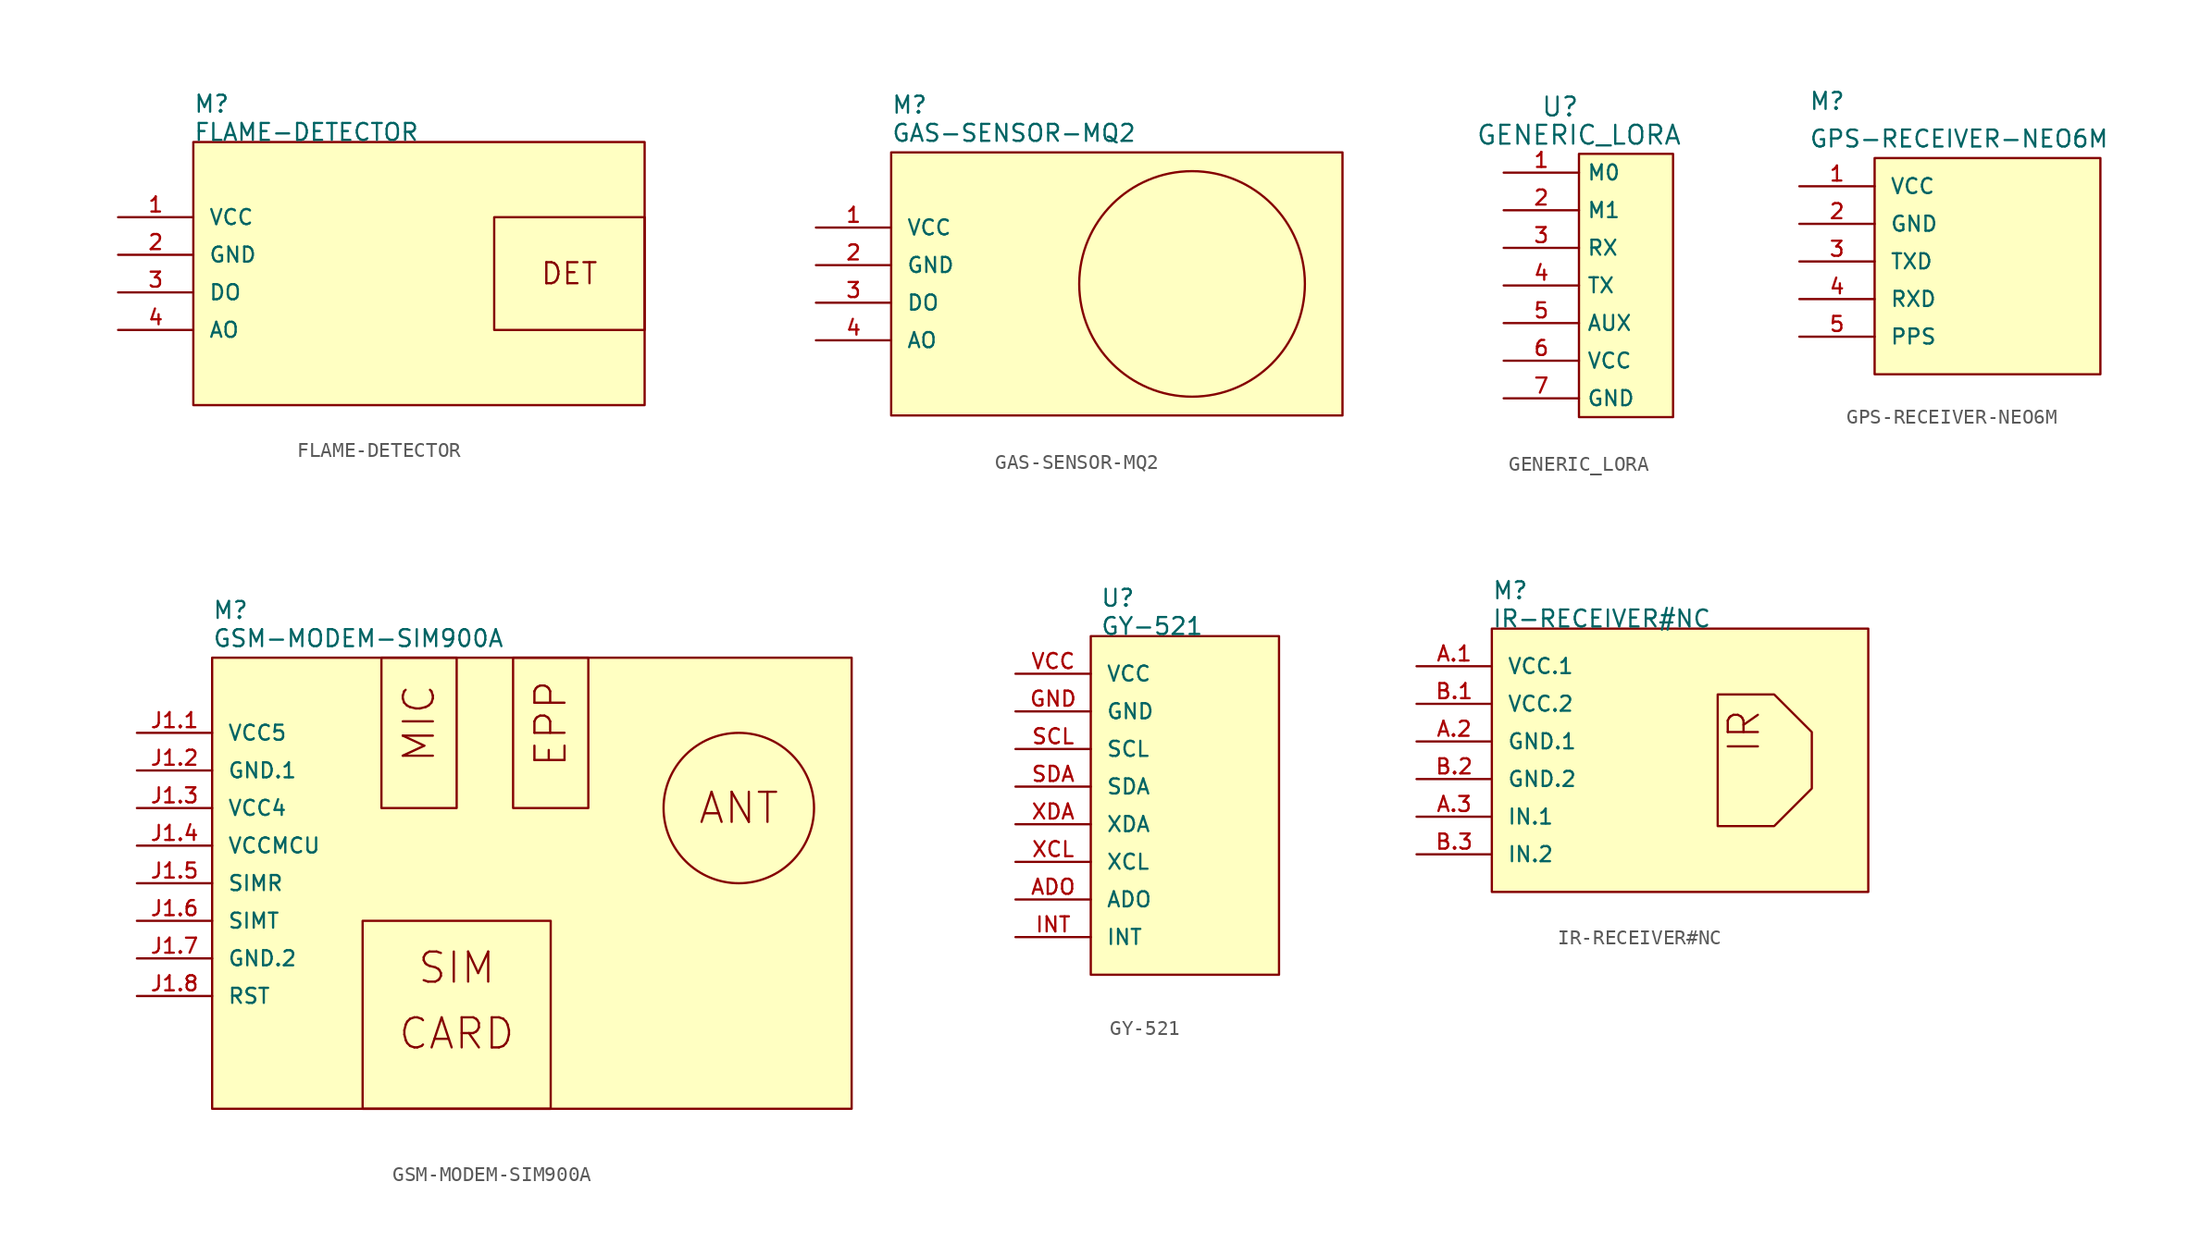
<source format=kicad_sym>
(kicad_symbol_lib
  (version 20211014)
  (generator kicad_symbol_editor)
  (symbol "FLAME-DETECTOR"
    (pin_names
      (offset 1.016))
    (property "Reference" "M"
      (at -15.24 12.065 0)
      (effects (font (size 1.143 1.143)) (justify left bottom)))
    (property "Value" "FLAME-DETECTOR"
      (at -15.24 10.16 0)
      (effects (font (size 1.143 1.143)) (justify left bottom)))
    (property "ki_locked" ""
      (at 0 0 0)
      (effects (font (size 1.27 1.27))))
    (symbol "FLAME-DETECTOR_1_0"
      (rectangle (start -15.24 -7.62) (end 15.24 10.16) (stroke (width 0) (type default) (color 0 0 0 0)) (fill (type background)))
      (rectangle (start 5.08 5.08) (end 15.24 -2.54) (stroke (width 0) (type default) (color 0 0 0 0)) (fill (type none)))
      (text "DET" (at 10.16 1.27 0) (effects (font (size 1.422 1.422)))))
    (symbol "FLAME-DETECTOR_1_1"
      (pin power_in line (at -20.32 5.08 0) (length 5.08) (name "VCC" (effects (font (size 1.016 1.016)))) (number "1" (effects (font (size 1.016 1.016)))))
      (pin power_in line (at -20.32 2.54 0) (length 5.08) (name "GND" (effects (font (size 1.016 1.016)))) (number "2" (effects (font (size 1.016 1.016)))))
      (pin bidirectional line (at -20.32 0 0) (length 5.08) (name "DO" (effects (font (size 1.016 1.016)))) (number "3" (effects (font (size 1.016 1.016)))))
      (pin bidirectional line (at -20.32 -2.54 0) (length 5.08) (name "AO" (effects (font (size 1.016 1.016)))) (number "4" (effects (font (size 1.016 1.016)))))))
  (symbol "GAS-SENSOR-MQ2"
    (pin_names
      (offset 1.016))
    (property "Reference" "M"
      (at -15.24 10.16 0)
      (effects (font (size 1.143 1.143)) (justify left bottom)))
    (property "Value" "GAS-SENSOR-MQ2"
      (at -15.24 8.255 0)
      (effects (font (size 1.143 1.143)) (justify left bottom)))
    (property "ki_locked" ""
      (at 0 0 0)
      (effects (font (size 1.27 1.27))))
    (symbol "GAS-SENSOR-MQ2_1_1"
      (rectangle (start -15.24 7.62) (end 15.24 -10.16) (stroke (width 0) (type default) (color 0 0 0 0)) (fill (type background)))
      (circle (center 5.08 -1.27) (radius 7.62) (stroke (width 0) (type default) (color 0 0 0 0)) (fill (type background)))
      (pin power_in line (at -20.32 2.54 0) (length 5.08) (name "VCC" (effects (font (size 1.016 1.016)))) (number "1" (effects (font (size 1.016 1.016)))))
      (pin power_in line (at -20.32 0 0) (length 5.08) (name "GND" (effects (font (size 1.016 1.016)))) (number "2" (effects (font (size 1.016 1.016)))))
      (pin output line (at -20.32 -2.54 0) (length 5.08) (name "DO" (effects (font (size 1.016 1.016)))) (number "3" (effects (font (size 1.016 1.016)))))
      (pin output line (at -20.32 -5.08 0) (length 5.08) (name "AO" (effects (font (size 1.016 1.016)))) (number "4" (effects (font (size 1.016 1.016)))))))
  (symbol "GENERIC_LORA"
    (property "Reference" "U"
      (at -1.27 12.065 0)
      (effects (font (size 1.27 1.27))))
    (property "Value" "GENERIC_LORA"
      (at 0 10.16 0)
      (effects (font (size 1.27 1.27))))
    (symbol "GENERIC_LORA_0_1"
      (rectangle (start 0 8.89) (end 6.35 -8.89) (stroke (width 0) (type default) (color 0 0 0 0)) (fill (type background))))
    (symbol "GENERIC_LORA_1_1"
      (pin input line (at -5.08 7.62 0) (length 5.08) (name "M0" (effects (font (size 1.016 1.016)))) (number "1" (effects (font (size 1.016 1.016)))))
      (pin input line (at -5.08 5.08 0) (length 5.08) (name "M1" (effects (font (size 1.016 1.016)))) (number "2" (effects (font (size 1.016 1.016)))))
      (pin input line (at -5.08 2.54 0) (length 5.08) (name "RX" (effects (font (size 1.016 1.016)))) (number "3" (effects (font (size 1.016 1.016)))))
      (pin output line (at -5.08 0 0) (length 5.08) (name "TX" (effects (font (size 1.016 1.016)))) (number "4" (effects (font (size 1.016 1.016)))))
      (pin output line (at -5.08 -2.54 0) (length 5.08) (name "AUX" (effects (font (size 1.016 1.016)))) (number "5" (effects (font (size 1.016 1.016)))))
      (pin input line (at -5.08 -5.08 0) (length 5.08) (name "VCC" (effects (font (size 1.016 1.016)))) (number "6" (effects (font (size 1.016 1.016)))))
      (pin input line (at -5.08 -7.62 0) (length 5.08) (name "GND" (effects (font (size 1.016 1.016)))) (number "7" (effects (font (size 1.016 1.016)))))))
  (symbol "GPS-RECEIVER-NEO6M"
    (pin_names
      (offset 1.016))
    (property "Reference" "M"
      (at -8.89 10.16 0)
      (effects (font (size 1.143 1.143)) (justify left bottom)))
    (property "Value" "GPS-RECEIVER-NEO6M"
      (at -8.89 7.62 0)
      (effects (font (size 1.143 1.143)) (justify left bottom)))
    (property "ki_locked" ""
      (at 0 0 0)
      (effects (font (size 1.27 1.27))))
    (symbol "GPS-RECEIVER-NEO6M_1_1"
      (rectangle (start -4.445 6.985) (end 10.795 -7.62) (stroke (width 0) (type default) (color 0 0 0 0)) (fill (type background)))
      (pin bidirectional line (at -9.525 5.08 0) (length 5.08) (name "VCC" (effects (font (size 1.016 1.016)))) (number "1" (effects (font (size 1.016 1.016)))))
      (pin bidirectional line (at -9.525 2.54 0) (length 5.08) (name "GND" (effects (font (size 1.016 1.016)))) (number "2" (effects (font (size 1.016 1.016)))))
      (pin bidirectional line (at -9.525 0 0) (length 5.08) (name "TXD" (effects (font (size 1.016 1.016)))) (number "3" (effects (font (size 1.016 1.016)))))
      (pin power_in line (at -9.525 -2.54 0) (length 5.08) (name "RXD" (effects (font (size 1.016 1.016)))) (number "4" (effects (font (size 1.016 1.016)))))
      (pin power_in line (at -9.525 -5.08 0) (length 5.08) (name "PPS" (effects (font (size 1.016 1.016)))) (number "5" (effects (font (size 1.016 1.016)))))))
  (symbol "GSM-MODEM-SIM900A"
    (pin_names
      (offset 1.016))
    (property "Reference" "M"
      (at -17.78 20.32 0)
      (effects (font (size 1.143 1.143)) (justify left bottom)))
    (property "Value" "GSM-MODEM-SIM900A"
      (at -17.78 18.415 0)
      (effects (font (size 1.143 1.143)) (justify left bottom)))
    (property "ki_locked" ""
      (at 0 0 0)
      (effects (font (size 1.27 1.27))))
    (symbol "GSM-MODEM-SIM900A_1_0"
      (rectangle (start -7.62 0) (end 5.08 -12.7) (stroke (width 0) (type default) (color 0 0 0 0)) (fill (type none)))
      (rectangle (start -1.27 7.62) (end -6.35 17.78) (stroke (width 0) (type default) (color 0 0 0 0)) (fill (type none)))
      (rectangle (start 2.54 7.62) (end 7.62 17.78) (stroke (width 0) (type default) (color 0 0 0 0)) (fill (type none)))
      (rectangle (start 25.4 -12.7) (end -17.78 17.78) (stroke (width 0) (type default) (color 0 0 0 0)) (fill (type background)))
      (text "ANT" (at 17.78 7.62 0) (effects (font (size 2.032 2.032))))
      (text "CARD" (at -1.27 -7.62 0) (effects (font (size 2.032 2.032))))
      (text "EPP" (at 5.08 13.335 900) (effects (font (size 2.032 2.032))))
      (text "MIC" (at -3.81 13.335 900) (effects (font (size 2.032 2.032))))
      (text "SIM" (at -1.27 -3.175 0) (effects (font (size 2.032 2.032)))))
    (symbol "GSM-MODEM-SIM900A_1_1"
      (circle (center 17.78 7.62) (radius 5.08) (stroke (width 0) (type default) (color 0 0 0 0)) (fill (type none)))
      (pin power_in line (at -22.86 12.7 0) (length 5.08) (name "VCC5" (effects (font (size 1.016 1.016)))) (number "J1.1" (effects (font (size 1.016 1.016)))))
      (pin power_in line (at -22.86 10.16 0) (length 5.08) (name "GND.1" (effects (font (size 1.016 1.016)))) (number "J1.2" (effects (font (size 1.016 1.016)))))
      (pin power_in line (at -22.86 7.62 0) (length 5.08) (name "VCC4" (effects (font (size 1.016 1.016)))) (number "J1.3" (effects (font (size 1.016 1.016)))))
      (pin power_in line (at -22.86 5.08 0) (length 5.08) (name "VCCMCU" (effects (font (size 1.016 1.016)))) (number "J1.4" (effects (font (size 1.016 1.016)))))
      (pin bidirectional line (at -22.86 2.54 0) (length 5.08) (name "SIMR" (effects (font (size 1.016 1.016)))) (number "J1.5" (effects (font (size 1.016 1.016)))))
      (pin bidirectional line (at -22.86 0 0) (length 5.08) (name "SIMT" (effects (font (size 1.016 1.016)))) (number "J1.6" (effects (font (size 1.016 1.016)))))
      (pin power_in line (at -22.86 -2.54 0) (length 5.08) (name "GND.2" (effects (font (size 1.016 1.016)))) (number "J1.7" (effects (font (size 1.016 1.016)))))
      (pin bidirectional line (at -22.86 -5.08 0) (length 5.08) (name "RST" (effects (font (size 1.016 1.016)))) (number "J1.8" (effects (font (size 1.016 1.016)))))))
  (symbol "GY-521"
    (pin_names
      (offset 1.016))
    (property "Reference" "U"
      (at -5.715 13.335 0)
      (effects (font (size 1.143 1.143)) (justify left bottom)))
    (property "Value" "GY-521"
      (at -5.715 11.43 0)
      (effects (font (size 1.143 1.143)) (justify left bottom)))
    (property "ki_locked" ""
      (at 0 0 0)
      (effects (font (size 1.27 1.27))))
    (symbol "GY-521_1_0"
      (rectangle (start -6.35 11.43) (end 6.35 -11.43) (stroke (width 0) (type default) (color 0 0 0 0)) (fill (type background))))
    (symbol "GY-521_1_1"
      (pin bidirectional line (at -11.43 -6.35 0) (length 5.08) (name "ADO" (effects (font (size 1.016 1.016)))) (number "ADO" (effects (font (size 1.016 1.016)))))
      (pin bidirectional line (at -11.43 6.35 0) (length 5.08) (name "GND" (effects (font (size 1.016 1.016)))) (number "GND" (effects (font (size 1.016 1.016)))))
      (pin bidirectional line (at -11.43 -8.89 0) (length 5.08) (name "INT" (effects (font (size 1.016 1.016)))) (number "INT" (effects (font (size 1.016 1.016)))))
      (pin bidirectional line (at -11.43 3.81 0) (length 5.08) (name "SCL" (effects (font (size 1.016 1.016)))) (number "SCL" (effects (font (size 1.016 1.016)))))
      (pin bidirectional line (at -11.43 1.27 0) (length 5.08) (name "SDA" (effects (font (size 1.016 1.016)))) (number "SDA" (effects (font (size 1.016 1.016)))))
      (pin bidirectional line (at -11.43 8.89 0) (length 5.08) (name "VCC" (effects (font (size 1.016 1.016)))) (number "VCC" (effects (font (size 1.016 1.016)))))
      (pin bidirectional line (at -11.43 -3.81 0) (length 5.08) (name "XCL" (effects (font (size 1.016 1.016)))) (number "XCL" (effects (font (size 1.016 1.016)))))
      (pin bidirectional line (at -11.43 -1.27 0) (length 5.08) (name "XDA" (effects (font (size 1.016 1.016)))) (number "XDA" (effects (font (size 1.016 1.016)))))))
  (symbol "IR-RECEIVER#NC"
    (pin_names
      (offset 1.016))
    (property "Reference" "M"
      (at -6.35 10.795 0)
      (effects (font (size 1.143 1.143)) (justify left bottom)))
    (property "Value" "IR-RECEIVER#NC"
      (at -6.35 8.89 0)
      (effects (font (size 1.143 1.143)) (justify left bottom)))
    (property "ki_locked" ""
      (at 0 0 0)
      (effects (font (size 1.27 1.27))))
    (symbol "IR-RECEIVER#NC_1_0"
      (rectangle (start -6.35 -8.89) (end 19.05 8.89) (stroke (width 0) (type default) (color 0 0 0 0)) (fill (type background)))
      (polyline (pts (xy 8.89 4.445) (xy 12.7 4.445) (xy 15.24 1.905) (xy 15.24 -1.905) (xy 12.7 -4.445) (xy 8.89 -4.445) (xy 8.89 4.445)) (stroke (width 0) (type default) (color 0 0 0 0)) (fill (type none)))
      (text "IR" (at 10.668 1.956 900) (effects (font (size 2.032 2.032)))))
    (symbol "IR-RECEIVER#NC_1_1"
      (pin bidirectional line (at -11.43 6.35 0) (length 5.08) (name "VCC.1" (effects (font (size 1.016 1.016)))) (number "A.1" (effects (font (size 1.016 1.016)))))
      (pin bidirectional line (at -11.43 1.27 0) (length 5.08) (name "GND.1" (effects (font (size 1.016 1.016)))) (number "A.2" (effects (font (size 1.016 1.016)))))
      (pin bidirectional line (at -11.43 -3.81 0) (length 5.08) (name "IN.1" (effects (font (size 1.016 1.016)))) (number "A.3" (effects (font (size 1.016 1.016)))))
      (pin bidirectional line (at -11.43 3.81 0) (length 5.08) (name "VCC.2" (effects (font (size 1.016 1.016)))) (number "B.1" (effects (font (size 1.016 1.016)))))
      (pin bidirectional line (at -11.43 -1.27 0) (length 5.08) (name "GND.2" (effects (font (size 1.016 1.016)))) (number "B.2" (effects (font (size 1.016 1.016)))))
      (pin bidirectional line (at -11.43 -6.35 0) (length 5.08) (name "IN.2" (effects (font (size 1.016 1.016)))) (number "B.3" (effects (font (size 1.016 1.016))))))))
</source>
